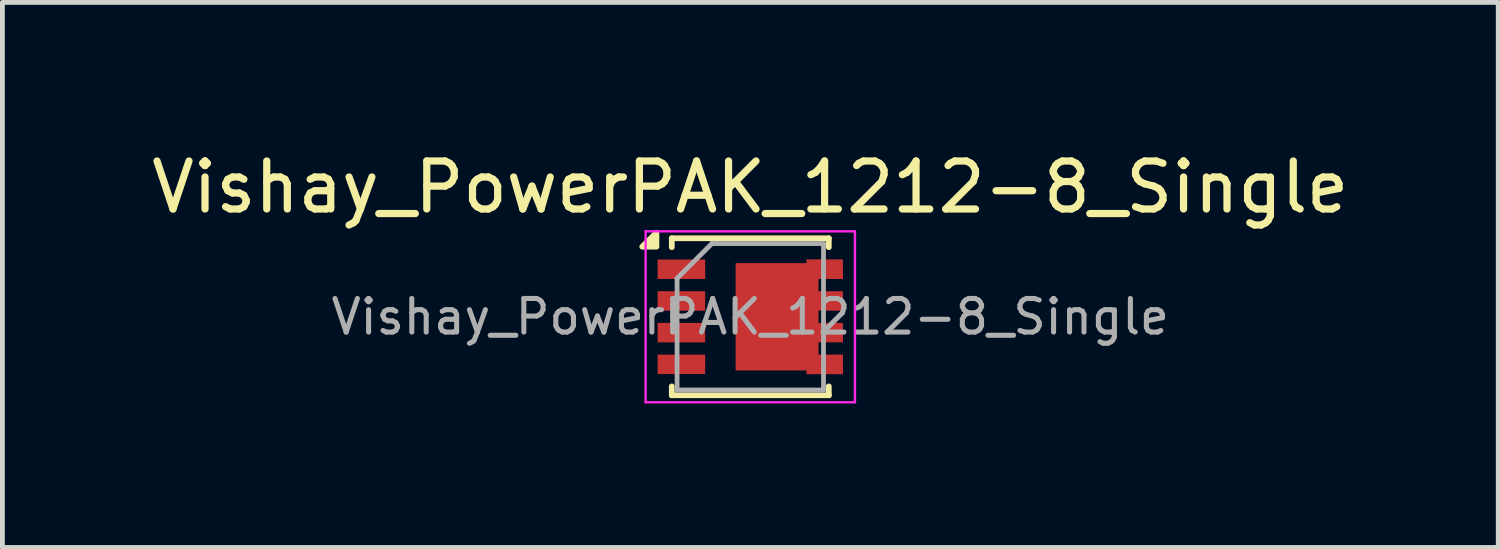
<source format=kicad_pcb>
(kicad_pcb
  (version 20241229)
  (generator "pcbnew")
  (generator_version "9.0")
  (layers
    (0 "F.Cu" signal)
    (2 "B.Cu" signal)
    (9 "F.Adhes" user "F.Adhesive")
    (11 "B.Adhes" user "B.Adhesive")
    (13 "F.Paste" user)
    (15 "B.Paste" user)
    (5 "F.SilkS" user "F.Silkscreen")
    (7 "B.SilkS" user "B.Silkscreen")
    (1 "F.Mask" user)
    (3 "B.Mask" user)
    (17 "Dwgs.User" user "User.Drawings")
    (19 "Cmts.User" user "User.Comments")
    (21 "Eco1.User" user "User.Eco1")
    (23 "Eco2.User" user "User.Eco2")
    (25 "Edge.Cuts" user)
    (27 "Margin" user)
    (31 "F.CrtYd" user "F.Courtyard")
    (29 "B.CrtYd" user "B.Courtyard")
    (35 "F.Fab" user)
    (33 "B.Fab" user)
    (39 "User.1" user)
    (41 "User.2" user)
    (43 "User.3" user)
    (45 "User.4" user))
  (footprint "Vishay_PowerPAK_1212-8_Single"
    (layer "F.Cu")
    (at 12.577 3.548)
    (property "Reference" "Vishay_PowerPAK_1212-8_Single" (at 0 -2.7 0) (layer "F.SilkS") (effects (font (size 1 1) (thickness 0.15))))
    (attr smd)
    (fp_line (start -1.635 -1.635) (end -1.635 -1.45) (stroke (width 0.12) (type solid)) (layer "F.SilkS"))
    (fp_line (start -1.635 -1.635) (end 1.635 -1.635) (stroke (width 0.12) (type solid)) (layer "F.SilkS"))
    (fp_line (start -1.635 1.45) (end -1.635 1.635) (stroke (width 0.12) (type solid)) (layer "F.SilkS"))
    (fp_line (start -1.635 1.635) (end 1.635 1.635) (stroke (width 0.12) (type solid)) (layer "F.SilkS"))
    (fp_line (start 1.635 -1.635) (end 1.635 -1.45) (stroke (width 0.12) (type solid)) (layer "F.SilkS"))
    (fp_line (start 1.635 1.45) (end 1.635 1.635) (stroke (width 0.12) (type solid)) (layer "F.SilkS"))
    (fp_poly (pts (xy -2.25 -1.46) (xy -1.955 -1.75) (xy -1.955 -1.46)) (stroke (width 0.12) (type solid)) (fill yes) (layer "F.SilkS"))
    (fp_line (start -2.18 -1.78) (end -2.18 1.78) (stroke (width 0.05) (type solid)) (layer "F.CrtYd"))
    (fp_line (start -2.18 -1.78) (end 2.18 -1.78) (stroke (width 0.05) (type solid)) (layer "F.CrtYd"))
    (fp_line (start -2.18 1.78) (end 2.18 1.78) (stroke (width 0.05) (type solid)) (layer "F.CrtYd"))
    (fp_line (start 2.18 -1.78) (end 2.18 1.78) (stroke (width 0.05) (type solid)) (layer "F.CrtYd"))
    (fp_line (start -1.525 -0.8) (end -1.525 1.525) (stroke (width 0.1) (type solid)) (layer "F.Fab"))
    (fp_line (start -1.525 -0.8) (end -0.8 -1.525) (stroke (width 0.1) (type solid)) (layer "F.Fab"))
    (fp_line (start -1.525 1.525) (end 1.525 1.525) (stroke (width 0.1) (type solid)) (layer "F.Fab"))
    (fp_line (start -0.8 -1.525) (end 1.525 -1.525) (stroke (width 0.1) (type solid)) (layer "F.Fab"))
    (fp_line (start 1.525 -1.525) (end 1.525 1.525) (stroke (width 0.1) (type solid)) (layer "F.Fab"))
    (fp_text user "${REFERENCE}" (at 0 0 0) (layer "F.Fab") (effects (font (size 0.7 0.7) (thickness 0.105))))
    (pad "1" smd rect (at -1.435 -0.99) (size 0.99 0.405) (layers "F.Cu" "F.Mask" "F.Paste"))
    (pad "2" smd rect (at -1.435 -0.33) (size 0.99 0.405) (layers "F.Cu" "F.Mask" "F.Paste"))
    (pad "3" smd rect (at -1.435 0.33) (size 0.99 0.405) (layers "F.Cu" "F.Mask" "F.Paste"))
    (pad "4" smd rect (at -1.435 0.99) (size 0.99 0.405) (layers "F.Cu" "F.Mask" "F.Paste"))
    (pad "5" smd custom (at 0.557 0) (size 1.725 2.235) (layers "F.Cu" "F.Mask" "F.Paste") (options (anchor rect)) (primitives (gr_poly (pts (xy 1.373 -0.787) (xy 0.863 -0.787) (xy 0.863 -0.532) (xy 1.373 -0.532) (xy 1.373 -0.128) (xy 0.863 -0.128) (xy 0.863 0.128) (xy 1.373 0.128) (xy 1.373 0.532) (xy 0.863 0.532) (xy 0.863 0.787) (xy 1.373 0.787) (xy 1.373 1.195) (xy 0.613 1.195) (xy 0.613 -1.195) (xy 1.373 -1.195)) (width 0) (fill yes)))))
  (gr_rect
    (start -3 -3)
    (end 28.155 8.353)
    (stroke (width 0.1) (type default))
    (fill no)
    (layer "Edge.Cuts")))
</source>
